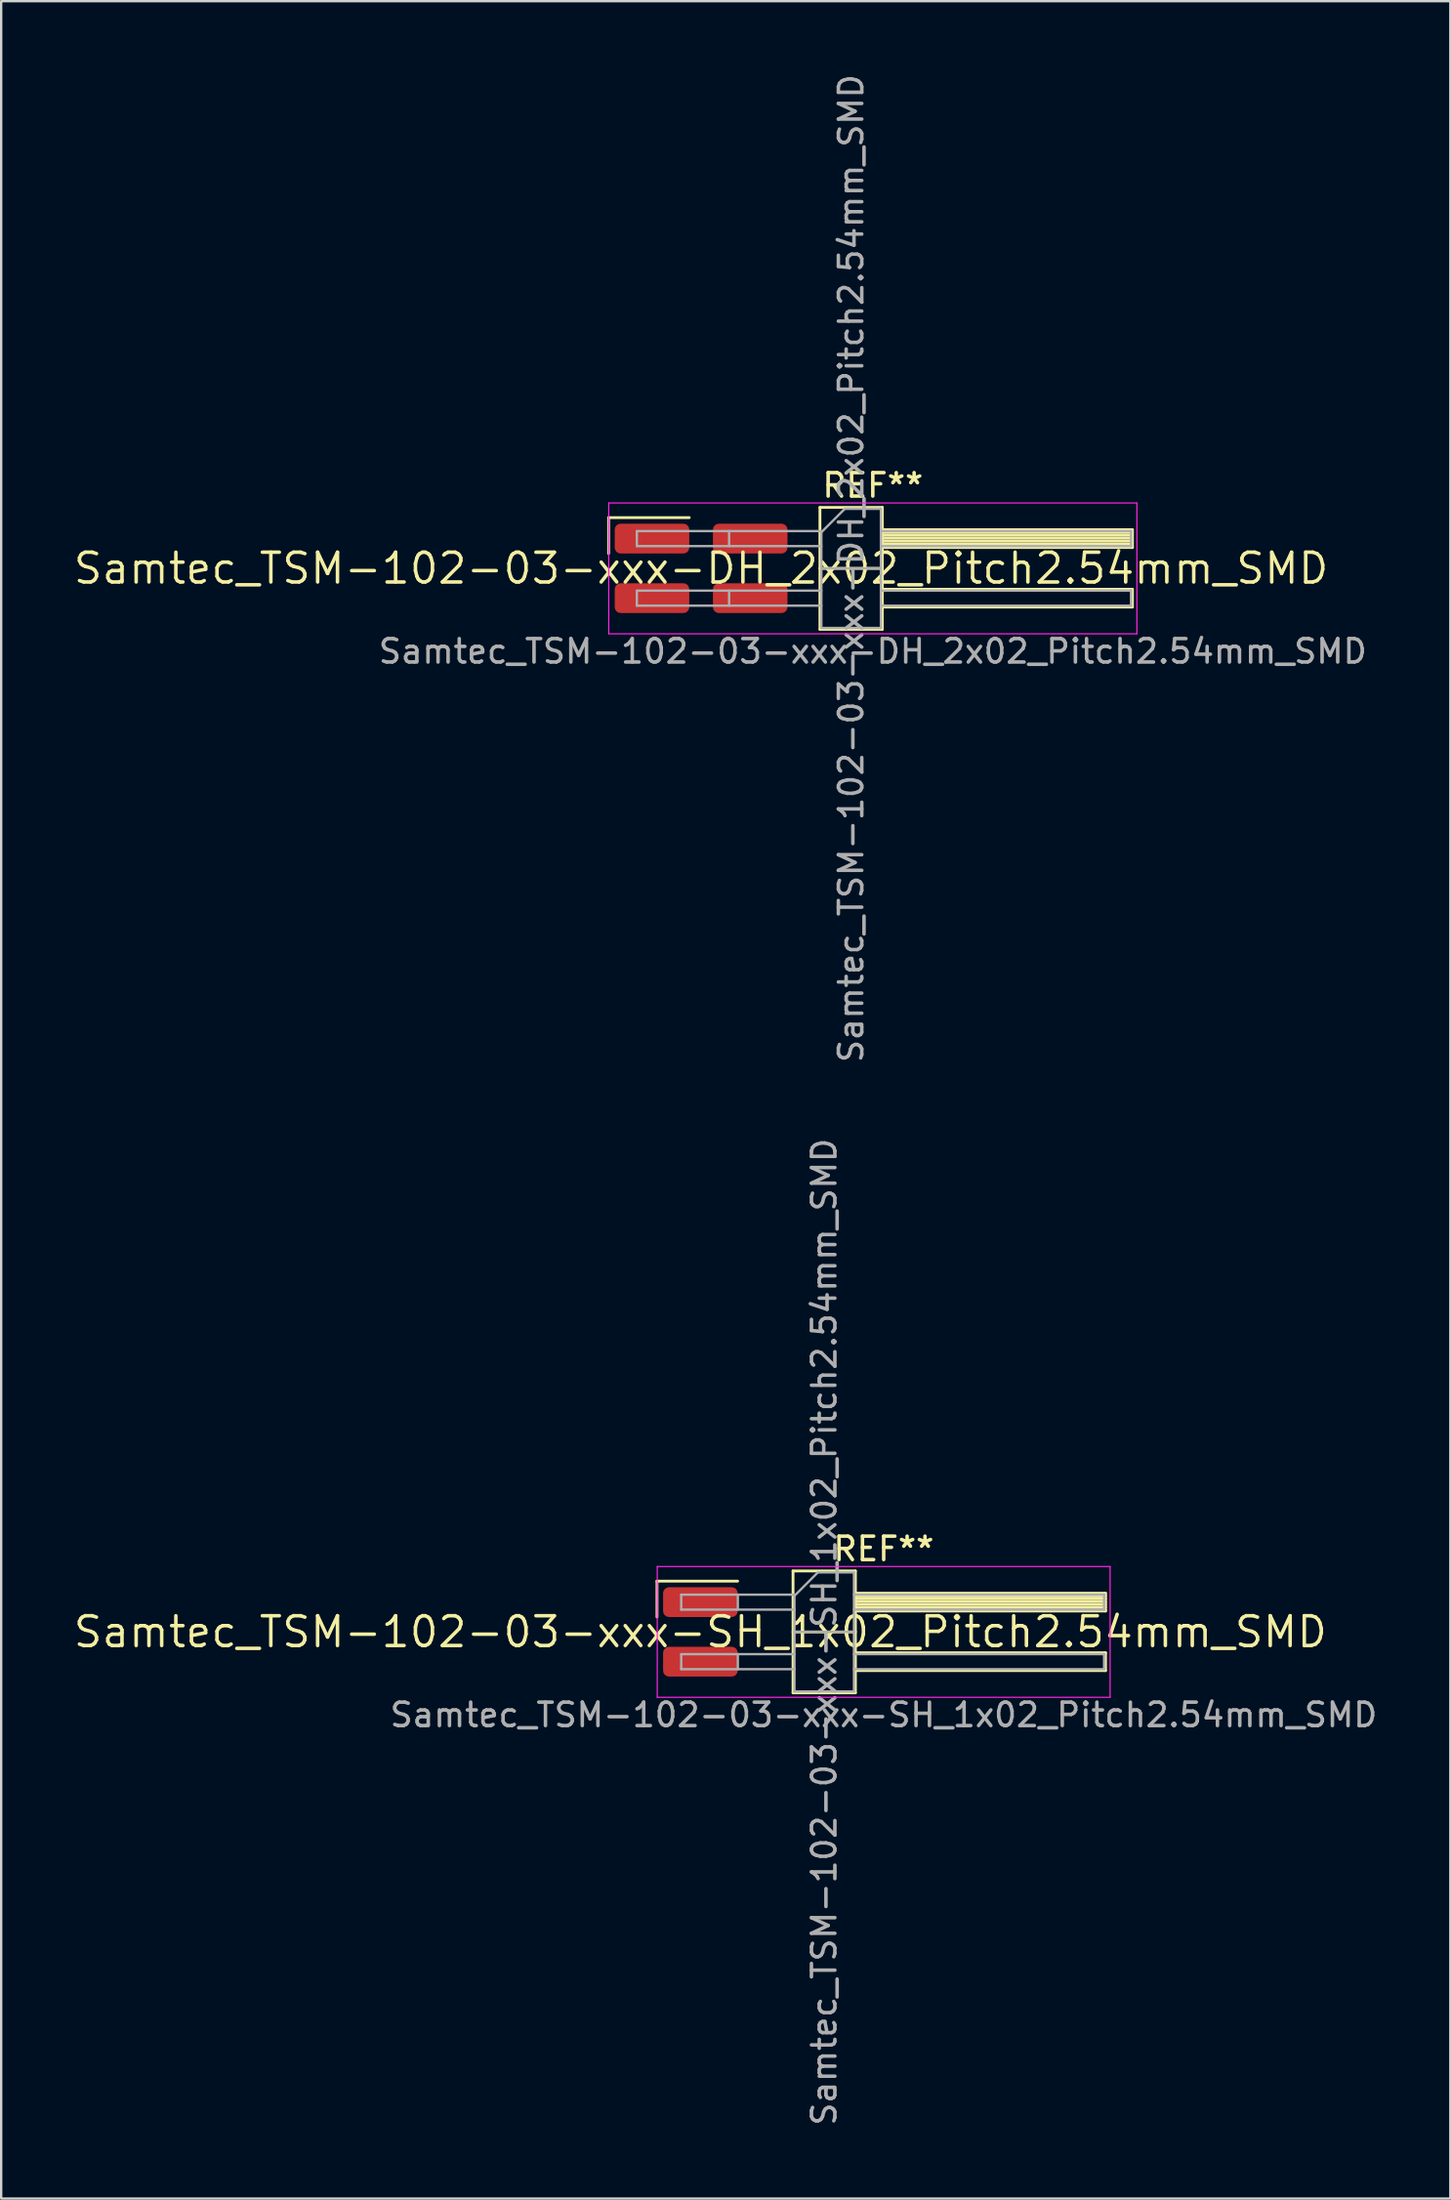
<source format=kicad_pcb>
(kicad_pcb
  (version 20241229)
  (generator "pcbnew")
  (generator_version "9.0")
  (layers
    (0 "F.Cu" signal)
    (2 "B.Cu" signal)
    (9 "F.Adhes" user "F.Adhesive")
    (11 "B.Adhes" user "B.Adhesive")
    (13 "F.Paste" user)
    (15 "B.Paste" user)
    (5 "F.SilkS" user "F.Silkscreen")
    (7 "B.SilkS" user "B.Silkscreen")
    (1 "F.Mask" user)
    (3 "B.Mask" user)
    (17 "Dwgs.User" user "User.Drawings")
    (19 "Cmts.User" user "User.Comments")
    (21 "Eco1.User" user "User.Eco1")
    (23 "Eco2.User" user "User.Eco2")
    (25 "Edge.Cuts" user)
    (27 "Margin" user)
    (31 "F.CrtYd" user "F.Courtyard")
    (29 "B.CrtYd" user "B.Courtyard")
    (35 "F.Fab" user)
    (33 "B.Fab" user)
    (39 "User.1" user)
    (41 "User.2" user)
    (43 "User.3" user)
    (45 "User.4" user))
  (footprint "Samtec_TSM-102-03-xxx-DH_2x02_Pitch2.54mm_SMD"
    (layer "F.Cu")
    (at 26.859 21.196)
    (property "Reference" "Samtec_TSM-102-03-xxx-DH_2x02_Pitch2.54mm_SMD" (at 0 0 0) (layer "F.SilkS") (effects (font (size 1.27 1.27) (thickness 0.15))))
    (attr smd)
    (fp_line (start -3.945 -2.165) (end -0.505 -2.165) (stroke (width 0.12) (type solid)) (layer "F.SilkS"))
    (fp_line (start -3.945 -0.635) (end -3.945 -2.165) (stroke (width 0.12) (type solid)) (layer "F.SilkS"))
    (fp_line (start 5.07 -2.6) (end 7.73 -2.6) (stroke (width 0.12) (type solid)) (layer "F.SilkS"))
    (fp_line (start 5.07 0) (end 7.73 0) (stroke (width 0.12) (type solid)) (layer "F.SilkS"))
    (fp_line (start 5.07 2.6) (end 5.07 -2.6) (stroke (width 0.12) (type solid)) (layer "F.SilkS"))
    (fp_line (start 7.73 -2.6) (end 7.73 2.6) (stroke (width 0.12) (type solid)) (layer "F.SilkS"))
    (fp_line (start 7.73 -1.65) (end 18.4 -1.65) (stroke (width 0.12) (type solid)) (layer "F.SilkS"))
    (fp_line (start 7.73 -1.53) (end 18.4 -1.53) (stroke (width 0.12) (type solid)) (layer "F.SilkS"))
    (fp_line (start 7.73 -1.41) (end 18.4 -1.41) (stroke (width 0.12) (type solid)) (layer "F.SilkS"))
    (fp_line (start 7.73 -1.29) (end 18.4 -1.29) (stroke (width 0.12) (type solid)) (layer "F.SilkS"))
    (fp_line (start 7.73 -1.17) (end 18.4 -1.17) (stroke (width 0.12) (type solid)) (layer "F.SilkS"))
    (fp_line (start 7.73 -1.05) (end 18.4 -1.05) (stroke (width 0.12) (type solid)) (layer "F.SilkS"))
    (fp_line (start 7.73 -0.93) (end 18.4 -0.93) (stroke (width 0.12) (type solid)) (layer "F.SilkS"))
    (fp_line (start 7.73 -0.89) (end 18.4 -0.89) (stroke (width 0.12) (type solid)) (layer "F.SilkS"))
    (fp_line (start 7.73 0.89) (end 18.4 0.89) (stroke (width 0.12) (type solid)) (layer "F.SilkS"))
    (fp_line (start 7.73 1.65) (end 18.4 1.65) (stroke (width 0.12) (type solid)) (layer "F.SilkS"))
    (fp_line (start 7.73 2.6) (end 5.07 2.6) (stroke (width 0.12) (type solid)) (layer "F.SilkS"))
    (fp_line (start 18.4 -1.65) (end 18.4 -0.89) (stroke (width 0.12) (type solid)) (layer "F.SilkS"))
    (fp_line (start 18.4 0.89) (end 18.4 1.65) (stroke (width 0.12) (type solid)) (layer "F.SilkS"))
    (fp_line (start -3.94 -2.79) (end 18.59 -2.79) (stroke (width 0.05) (type solid)) (layer "F.CrtYd"))
    (fp_line (start -3.94 2.79) (end -3.94 -2.79) (stroke (width 0.05) (type solid)) (layer "F.CrtYd"))
    (fp_line (start 18.59 -2.79) (end 18.59 2.79) (stroke (width 0.05) (type solid)) (layer "F.CrtYd"))
    (fp_line (start 18.59 2.79) (end -3.94 2.79) (stroke (width 0.05) (type solid)) (layer "F.CrtYd"))
    (fp_line (start -2.74 -1.59) (end -2.74 -0.95) (stroke (width 0.1) (type solid)) (layer "F.Fab"))
    (fp_line (start -2.74 -1.59) (end 5.13 -1.59) (stroke (width 0.1) (type solid)) (layer "F.Fab"))
    (fp_line (start -2.74 -0.95) (end 5.13 -0.95) (stroke (width 0.1) (type solid)) (layer "F.Fab"))
    (fp_line (start -2.74 0.95) (end -2.74 1.59) (stroke (width 0.1) (type solid)) (layer "F.Fab"))
    (fp_line (start -2.74 0.95) (end 5.13 0.95) (stroke (width 0.1) (type solid)) (layer "F.Fab"))
    (fp_line (start -2.74 1.59) (end 5.13 1.59) (stroke (width 0.1) (type solid)) (layer "F.Fab"))
    (fp_line (start 1.195 -1.59) (end 1.195 -0.95) (stroke (width 0.1) (type solid)) (layer "F.Fab"))
    (fp_line (start 1.195 0.95) (end 1.195 1.59) (stroke (width 0.1) (type solid)) (layer "F.Fab"))
    (fp_line (start 5.13 -1.54) (end 6.13 -2.54) (stroke (width 0.1) (type solid)) (layer "F.Fab"))
    (fp_line (start 5.13 0) (end 7.67 0) (stroke (width 0.1) (type solid)) (layer "F.Fab"))
    (fp_line (start 5.13 2.54) (end 5.13 -1.54) (stroke (width 0.1) (type solid)) (layer "F.Fab"))
    (fp_line (start 6.13 -2.54) (end 7.67 -2.54) (stroke (width 0.1) (type solid)) (layer "F.Fab"))
    (fp_line (start 7.67 -2.54) (end 7.67 2.54) (stroke (width 0.1) (type solid)) (layer "F.Fab"))
    (fp_line (start 7.67 -1.59) (end 18.34 -1.59) (stroke (width 0.1) (type solid)) (layer "F.Fab"))
    (fp_line (start 7.67 -0.95) (end 18.34 -0.95) (stroke (width 0.1) (type solid)) (layer "F.Fab"))
    (fp_line (start 7.67 0.95) (end 18.34 0.95) (stroke (width 0.1) (type solid)) (layer "F.Fab"))
    (fp_line (start 7.67 1.59) (end 18.34 1.59) (stroke (width 0.1) (type solid)) (layer "F.Fab"))
    (fp_line (start 7.67 2.54) (end 5.13 2.54) (stroke (width 0.1) (type solid)) (layer "F.Fab"))
    (fp_line (start 18.34 -1.59) (end 18.34 -0.95) (stroke (width 0.1) (type solid)) (layer "F.Fab"))
    (fp_line (start 18.34 0.95) (end 18.34 1.59) (stroke (width 0.1) (type solid)) (layer "F.Fab"))
    (fp_text user "REF**" (at 7.325 -3.54 0) (layer "F.SilkS") (effects (font (size 1 1) (thickness 0.15))))
    (fp_text user "${REFERENCE}" (at 6.4 0 90) (layer "F.Fab") (effects (font (size 1 1) (thickness 0.15))))
    (fp_text user "Samtec_TSM-102-03-xxx-DH_2x02_Pitch2.54mm_SMD" (at 7.325 3.54 0) (layer "F.Fab") (effects (font (size 1 1) (thickness 0.15))))
    (pad "1" smd roundrect (at -2.095 -1.27) (size 3.18 1.27) (layers "F.Cu" "F.Mask" "F.Paste") (roundrect_rratio 0.197))
    (pad "2" smd roundrect (at 2.095 -1.27) (size 3.18 1.27) (layers "F.Cu" "F.Mask" "F.Paste") (roundrect_rratio 0.197))
    (pad "3" smd roundrect (at -2.095 1.27) (size 3.18 1.27) (layers "F.Cu" "F.Mask" "F.Paste") (roundrect_rratio 0.197))
    (pad "4" smd roundrect (at 2.095 1.27) (size 3.18 1.27) (layers "F.Cu" "F.Mask" "F.Paste") (roundrect_rratio 0.197)))
  (footprint "Samtec_TSM-102-03-xxx-SH_1x02_Pitch2.54mm_SMD"
    (layer "F.Cu")
    (at 26.828 66.565)
    (property "Reference" "Samtec_TSM-102-03-xxx-SH_1x02_Pitch2.54mm_SMD" (at 0 0 0) (layer "F.SilkS") (effects (font (size 1.27 1.27) (thickness 0.15))))
    (attr smd)
    (fp_line (start -1.85 -2.165) (end 1.59 -2.165) (stroke (width 0.12) (type solid)) (layer "F.SilkS"))
    (fp_line (start -1.85 -0.635) (end -1.85 -2.165) (stroke (width 0.12) (type solid)) (layer "F.SilkS"))
    (fp_line (start 3.953 -2.6) (end 6.613 -2.6) (stroke (width 0.12) (type solid)) (layer "F.SilkS"))
    (fp_line (start 3.953 0) (end 6.613 0) (stroke (width 0.12) (type solid)) (layer "F.SilkS"))
    (fp_line (start 3.953 2.6) (end 3.953 -2.6) (stroke (width 0.12) (type solid)) (layer "F.SilkS"))
    (fp_line (start 6.613 -2.6) (end 6.613 2.6) (stroke (width 0.12) (type solid)) (layer "F.SilkS"))
    (fp_line (start 6.613 -1.65) (end 17.283 -1.65) (stroke (width 0.12) (type solid)) (layer "F.SilkS"))
    (fp_line (start 6.613 -1.53) (end 17.283 -1.53) (stroke (width 0.12) (type solid)) (layer "F.SilkS"))
    (fp_line (start 6.613 -1.41) (end 17.283 -1.41) (stroke (width 0.12) (type solid)) (layer "F.SilkS"))
    (fp_line (start 6.613 -1.29) (end 17.283 -1.29) (stroke (width 0.12) (type solid)) (layer "F.SilkS"))
    (fp_line (start 6.613 -1.17) (end 17.283 -1.17) (stroke (width 0.12) (type solid)) (layer "F.SilkS"))
    (fp_line (start 6.613 -1.05) (end 17.283 -1.05) (stroke (width 0.12) (type solid)) (layer "F.SilkS"))
    (fp_line (start 6.613 -0.93) (end 17.283 -0.93) (stroke (width 0.12) (type solid)) (layer "F.SilkS"))
    (fp_line (start 6.613 -0.89) (end 17.283 -0.89) (stroke (width 0.12) (type solid)) (layer "F.SilkS"))
    (fp_line (start 6.613 0.89) (end 17.283 0.89) (stroke (width 0.12) (type solid)) (layer "F.SilkS"))
    (fp_line (start 6.613 1.65) (end 17.283 1.65) (stroke (width 0.12) (type solid)) (layer "F.SilkS"))
    (fp_line (start 6.613 2.6) (end 3.953 2.6) (stroke (width 0.12) (type solid)) (layer "F.SilkS"))
    (fp_line (start 17.283 -1.65) (end 17.283 -0.89) (stroke (width 0.12) (type solid)) (layer "F.SilkS"))
    (fp_line (start 17.283 0.89) (end 17.283 1.65) (stroke (width 0.12) (type solid)) (layer "F.SilkS"))
    (fp_line (start -1.84 -2.79) (end 17.48 -2.79) (stroke (width 0.05) (type solid)) (layer "F.CrtYd"))
    (fp_line (start -1.84 2.79) (end -1.84 -2.79) (stroke (width 0.05) (type solid)) (layer "F.CrtYd"))
    (fp_line (start 17.48 -2.79) (end 17.48 2.79) (stroke (width 0.05) (type solid)) (layer "F.CrtYd"))
    (fp_line (start 17.48 2.79) (end -1.84 2.79) (stroke (width 0.05) (type solid)) (layer "F.CrtYd"))
    (fp_line (start -0.817 -1.59) (end -0.817 -0.95) (stroke (width 0.1) (type solid)) (layer "F.Fab"))
    (fp_line (start -0.817 -1.59) (end 4.013 -1.59) (stroke (width 0.1) (type solid)) (layer "F.Fab"))
    (fp_line (start -0.817 -0.95) (end 4.013 -0.95) (stroke (width 0.1) (type solid)) (layer "F.Fab"))
    (fp_line (start -0.817 0.95) (end -0.817 1.59) (stroke (width 0.1) (type solid)) (layer "F.Fab"))
    (fp_line (start -0.817 0.95) (end 4.013 0.95) (stroke (width 0.1) (type solid)) (layer "F.Fab"))
    (fp_line (start -0.817 1.59) (end 4.013 1.59) (stroke (width 0.1) (type solid)) (layer "F.Fab"))
    (fp_line (start 1.598 -1.59) (end 1.598 -0.95) (stroke (width 0.1) (type solid)) (layer "F.Fab"))
    (fp_line (start 1.598 0.95) (end 1.598 1.59) (stroke (width 0.1) (type solid)) (layer "F.Fab"))
    (fp_line (start 4.013 -1.54) (end 5.013 -2.54) (stroke (width 0.1) (type solid)) (layer "F.Fab"))
    (fp_line (start 4.013 0) (end 6.553 0) (stroke (width 0.1) (type solid)) (layer "F.Fab"))
    (fp_line (start 4.013 2.54) (end 4.013 -1.54) (stroke (width 0.1) (type solid)) (layer "F.Fab"))
    (fp_line (start 5.013 -2.54) (end 6.553 -2.54) (stroke (width 0.1) (type solid)) (layer "F.Fab"))
    (fp_line (start 6.553 -2.54) (end 6.553 2.54) (stroke (width 0.1) (type solid)) (layer "F.Fab"))
    (fp_line (start 6.553 -1.59) (end 17.223 -1.59) (stroke (width 0.1) (type solid)) (layer "F.Fab"))
    (fp_line (start 6.553 -0.95) (end 17.223 -0.95) (stroke (width 0.1) (type solid)) (layer "F.Fab"))
    (fp_line (start 6.553 0.95) (end 17.223 0.95) (stroke (width 0.1) (type solid)) (layer "F.Fab"))
    (fp_line (start 6.553 1.59) (end 17.223 1.59) (stroke (width 0.1) (type solid)) (layer "F.Fab"))
    (fp_line (start 6.553 2.54) (end 4.013 2.54) (stroke (width 0.1) (type solid)) (layer "F.Fab"))
    (fp_line (start 17.223 -1.59) (end 17.223 -0.95) (stroke (width 0.1) (type solid)) (layer "F.Fab"))
    (fp_line (start 17.223 0.95) (end 17.223 1.59) (stroke (width 0.1) (type solid)) (layer "F.Fab"))
    (fp_text user "REF**" (at 7.82 -3.54 0) (layer "F.SilkS") (effects (font (size 1 1) (thickness 0.15))))
    (fp_text user "Samtec_TSM-102-03-xxx-SH_1x02_Pitch2.54mm_SMD" (at 7.82 3.54 0) (layer "F.Fab") (effects (font (size 1 1) (thickness 0.15))))
    (fp_text user "${REFERENCE}" (at 5.283 0 90) (layer "F.Fab") (effects (font (size 1 1) (thickness 0.15))))
    (pad "1" smd roundrect (at 0 -1.27) (size 3.18 1.27) (layers "F.Cu" "F.Mask" "F.Paste") (roundrect_rratio 0.197))
    (pad "2" smd roundrect (at 0 1.27) (size 3.18 1.27) (layers "F.Cu" "F.Mask" "F.Paste") (roundrect_rratio 0.197)))
  (gr_rect
    (start -3 -3)
    (end 58.821 90.738)
    (stroke (width 0.1) (type default))
    (fill no)
    (layer "Edge.Cuts")))
</source>
